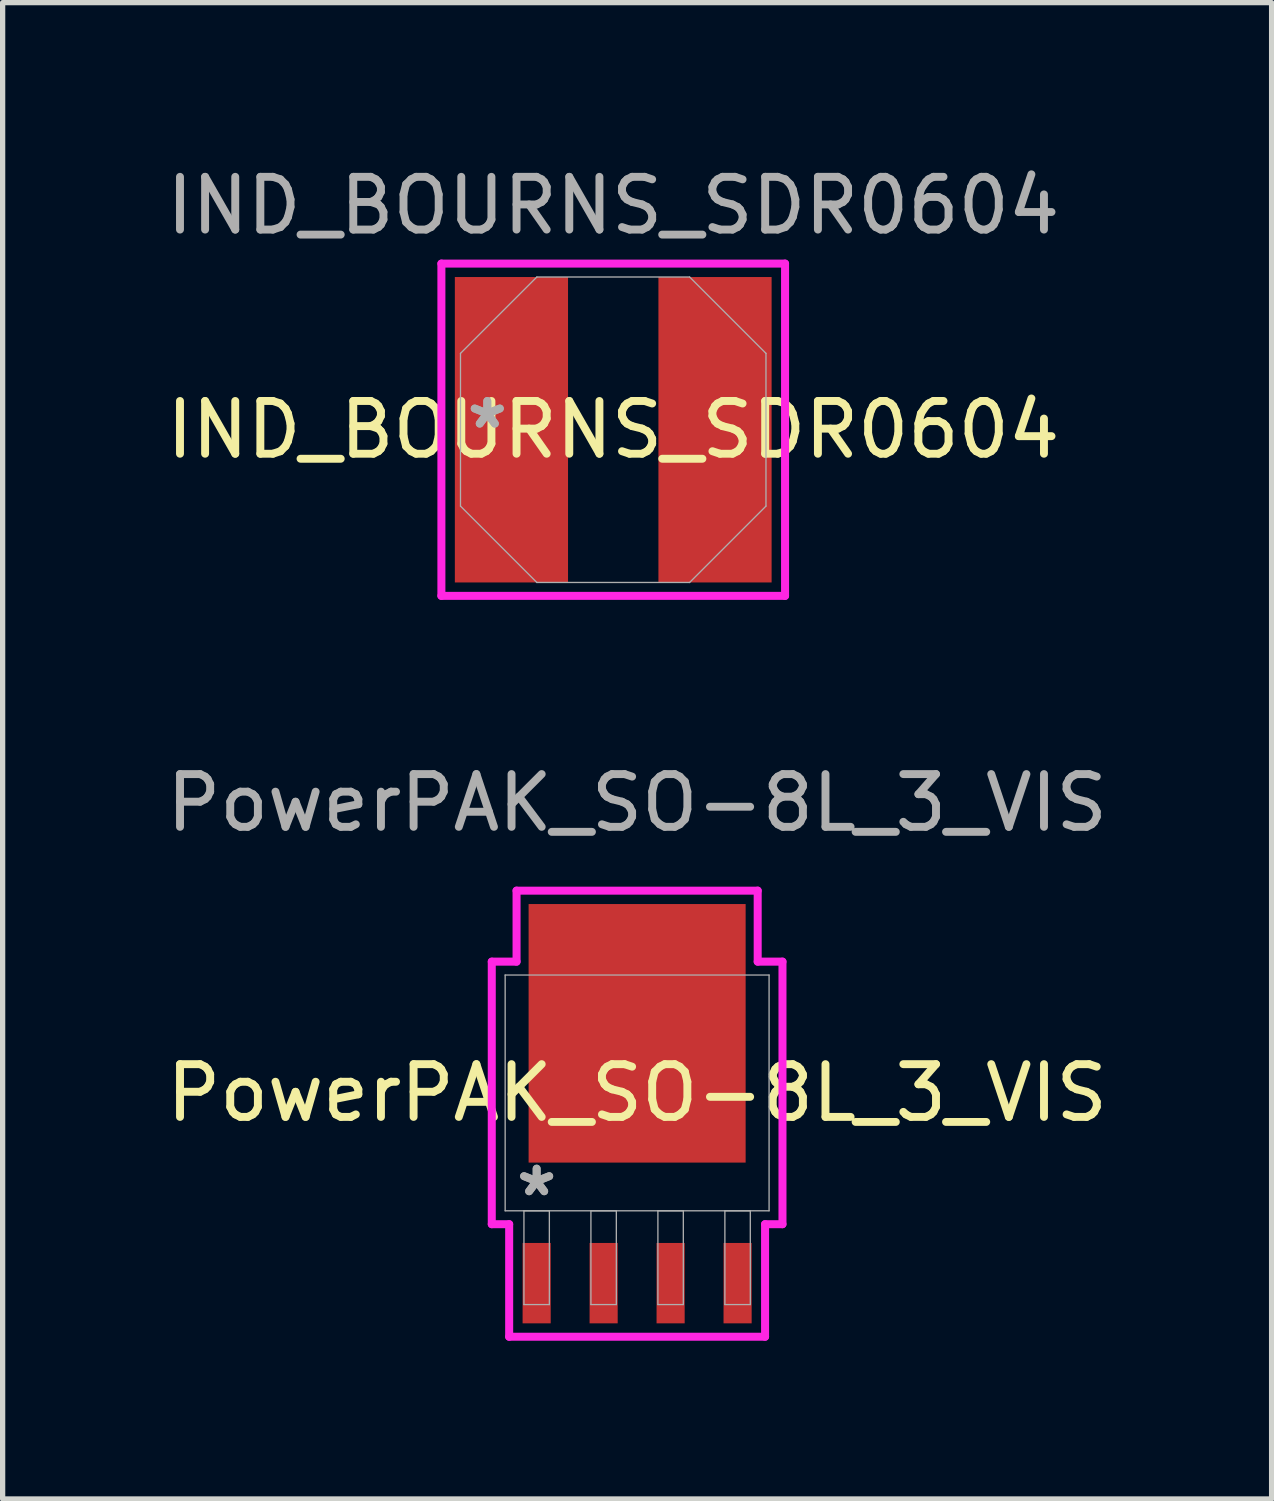
<source format=kicad_pcb>
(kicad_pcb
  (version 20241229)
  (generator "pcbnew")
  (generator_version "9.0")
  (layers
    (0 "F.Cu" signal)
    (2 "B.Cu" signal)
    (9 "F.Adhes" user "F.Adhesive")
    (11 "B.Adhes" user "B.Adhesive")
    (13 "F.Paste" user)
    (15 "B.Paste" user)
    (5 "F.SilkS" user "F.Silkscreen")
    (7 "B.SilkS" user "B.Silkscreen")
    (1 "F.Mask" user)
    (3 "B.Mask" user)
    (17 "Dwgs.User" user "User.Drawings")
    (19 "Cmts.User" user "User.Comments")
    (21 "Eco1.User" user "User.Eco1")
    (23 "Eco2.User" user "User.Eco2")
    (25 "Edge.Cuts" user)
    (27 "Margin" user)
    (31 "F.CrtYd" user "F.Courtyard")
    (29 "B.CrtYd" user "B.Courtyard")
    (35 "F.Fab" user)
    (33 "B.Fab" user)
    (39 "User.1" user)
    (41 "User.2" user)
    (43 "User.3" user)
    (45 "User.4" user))
  (footprint "IND_BOURNS_SDR0604"
    (layer "F.Cu")
    (at 8.577 5.098)
    (property "Reference" "IND_BOURNS_SDR0604" (at 0 0 0) (unlocked yes) (layer "F.SilkS") (effects (font (size 1 1) (thickness 0.15))))
    (attr smd)
    (fp_line (start -3.258 -3.15) (end 3.258 -3.15) (stroke (width 0.152) (type solid)) (layer "F.CrtYd"))
    (fp_line (start -3.258 3.15) (end -3.258 -3.15) (stroke (width 0.152) (type solid)) (layer "F.CrtYd"))
    (fp_line (start 3.258 -3.15) (end 3.258 3.15) (stroke (width 0.152) (type solid)) (layer "F.CrtYd"))
    (fp_line (start 3.258 3.15) (end -3.258 3.15) (stroke (width 0.152) (type solid)) (layer "F.CrtYd"))
    (fp_line (start -2.896 -1.448) (end -2.896 1.448) (stroke (width 0.025) (type solid)) (layer "F.Fab"))
    (fp_line (start -2.896 1.448) (end -1.448 2.896) (stroke (width 0.025) (type solid)) (layer "F.Fab"))
    (fp_line (start -1.448 -2.896) (end -2.896 -1.448) (stroke (width 0.025) (type solid)) (layer "F.Fab"))
    (fp_line (start -1.448 2.896) (end 1.448 2.896) (stroke (width 0.025) (type solid)) (layer "F.Fab"))
    (fp_line (start 1.448 -2.896) (end -1.448 -2.896) (stroke (width 0.025) (type solid)) (layer "F.Fab"))
    (fp_line (start 1.448 2.896) (end 2.896 1.448) (stroke (width 0.025) (type solid)) (layer "F.Fab"))
    (fp_line (start 2.896 -1.448) (end 1.448 -2.896) (stroke (width 0.025) (type solid)) (layer "F.Fab"))
    (fp_line (start 2.896 1.448) (end 2.896 -1.448) (stroke (width 0.025) (type solid)) (layer "F.Fab"))
    (fp_text user "*" (at -2.388 0 0) (layer "F.Fab") (effects (font (size 1 1) (thickness 0.15))))
    (fp_text user "*" (at -2.388 0 0) (unlocked yes) (layer "F.Fab") (effects (font (size 1 1) (thickness 0.15))))
    (fp_text user "${REFERENCE}" (at 0 -4.25 0) (unlocked yes) (layer "F.Fab") (effects (font (size 1 1) (thickness 0.15))))
    (pad "1" smd rect (at -1.93 0) (size 2.146 5.791) (layers "F.Cu" "F.Mask" "F.Paste"))
    (pad "2" smd rect (at 1.93 0) (size 2.146 5.791) (layers "F.Cu" "F.Mask" "F.Paste")))
  (footprint "PowerPAK_SO-8L_3_VIS"
    (layer "F.Cu")
    (at 9.03 17.672)
    (property "Reference" "PowerPAK_SO-8L_3_VIS" (at 0 0 0) (unlocked yes) (layer "F.SilkS") (effects (font (size 1 1) (thickness 0.15))))
    (attr smd)
    (fp_line (start -2.756 -2.489) (end -2.286 -2.489) (stroke (width 0.152) (type solid)) (layer "F.CrtYd"))
    (fp_line (start -2.756 2.489) (end -2.756 -2.489) (stroke (width 0.152) (type solid)) (layer "F.CrtYd"))
    (fp_line (start -2.426 2.489) (end -2.756 2.489) (stroke (width 0.152) (type solid)) (layer "F.CrtYd"))
    (fp_line (start -2.426 4.623) (end -2.426 2.489) (stroke (width 0.152) (type solid)) (layer "F.CrtYd"))
    (fp_line (start -2.286 -3.835) (end 2.286 -3.835) (stroke (width 0.152) (type solid)) (layer "F.CrtYd"))
    (fp_line (start -2.286 -2.489) (end -2.286 -3.835) (stroke (width 0.152) (type solid)) (layer "F.CrtYd"))
    (fp_line (start 2.286 -3.835) (end 2.286 -2.489) (stroke (width 0.152) (type solid)) (layer "F.CrtYd"))
    (fp_line (start 2.286 -2.489) (end 2.756 -2.489) (stroke (width 0.152) (type solid)) (layer "F.CrtYd"))
    (fp_line (start 2.426 2.489) (end 2.426 4.623) (stroke (width 0.152) (type solid)) (layer "F.CrtYd"))
    (fp_line (start 2.426 4.623) (end -2.426 4.623) (stroke (width 0.152) (type solid)) (layer "F.CrtYd"))
    (fp_line (start 2.756 -2.489) (end 2.756 2.489) (stroke (width 0.152) (type solid)) (layer "F.CrtYd"))
    (fp_line (start 2.756 2.489) (end 2.426 2.489) (stroke (width 0.152) (type solid)) (layer "F.CrtYd"))
    (fp_line (start -2.502 -2.235) (end -2.502 2.235) (stroke (width 0.025) (type solid)) (layer "F.Fab"))
    (fp_line (start -2.502 2.235) (end 2.502 2.235) (stroke (width 0.025) (type solid)) (layer "F.Fab"))
    (fp_line (start -2.146 2.235) (end -2.146 4.013) (stroke (width 0.025) (type solid)) (layer "F.Fab"))
    (fp_line (start -2.146 4.013) (end -1.664 4.013) (stroke (width 0.025) (type solid)) (layer "F.Fab"))
    (fp_line (start -1.664 2.235) (end -2.146 2.235) (stroke (width 0.025) (type solid)) (layer "F.Fab"))
    (fp_line (start -1.664 4.013) (end -1.664 2.235) (stroke (width 0.025) (type solid)) (layer "F.Fab"))
    (fp_line (start -0.876 2.235) (end -0.876 4.013) (stroke (width 0.025) (type solid)) (layer "F.Fab"))
    (fp_line (start -0.876 4.013) (end -0.394 4.013) (stroke (width 0.025) (type solid)) (layer "F.Fab"))
    (fp_line (start -0.394 2.235) (end -0.876 2.235) (stroke (width 0.025) (type solid)) (layer "F.Fab"))
    (fp_line (start -0.394 4.013) (end -0.394 2.235) (stroke (width 0.025) (type solid)) (layer "F.Fab"))
    (fp_line (start 0.394 2.235) (end 0.394 4.013) (stroke (width 0.025) (type solid)) (layer "F.Fab"))
    (fp_line (start 0.394 4.013) (end 0.876 4.013) (stroke (width 0.025) (type solid)) (layer "F.Fab"))
    (fp_line (start 0.876 2.235) (end 0.394 2.235) (stroke (width 0.025) (type solid)) (layer "F.Fab"))
    (fp_line (start 0.876 4.013) (end 0.876 2.235) (stroke (width 0.025) (type solid)) (layer "F.Fab"))
    (fp_line (start 1.664 2.235) (end 1.664 4.013) (stroke (width 0.025) (type solid)) (layer "F.Fab"))
    (fp_line (start 1.664 4.013) (end 2.146 4.013) (stroke (width 0.025) (type solid)) (layer "F.Fab"))
    (fp_line (start 2.146 2.235) (end 1.664 2.235) (stroke (width 0.025) (type solid)) (layer "F.Fab"))
    (fp_line (start 2.146 4.013) (end 2.146 2.235) (stroke (width 0.025) (type solid)) (layer "F.Fab"))
    (fp_line (start 2.502 -2.235) (end -2.502 -2.235) (stroke (width 0.025) (type solid)) (layer "F.Fab"))
    (fp_line (start 2.502 2.235) (end 2.502 -2.235) (stroke (width 0.025) (type solid)) (layer "F.Fab"))
    (fp_text user "${REFERENCE}" (at 0 -5.5 0) (unlocked yes) (layer "F.Fab") (effects (font (size 1 1) (thickness 0.15))))
    (fp_text user "*" (at -1.905 1.981 0) (unlocked yes) (layer "F.Fab") (effects (font (size 1 1) (thickness 0.15))))
    (fp_text user "*" (at -1.905 1.981 0) (layer "F.Fab") (effects (font (size 1 1) (thickness 0.15))))
    (pad "1" smd rect (at -1.905 3.607) (size 0.533 1.524) (layers "F.Cu" "F.Mask" "F.Paste"))
    (pad "2" smd rect (at -0.635 3.607) (size 0.533 1.524) (layers "F.Cu" "F.Mask" "F.Paste"))
    (pad "3" smd rect (at 0.635 3.607) (size 0.533 1.524) (layers "F.Cu" "F.Mask" "F.Paste"))
    (pad "4" smd rect (at 1.905 3.607) (size 0.533 1.524) (layers "F.Cu" "F.Mask" "F.Paste"))
    (pad "5" smd rect (at 0 -1.13) (size 4.115 4.902) (layers "F.Cu" "F.Mask" "F.Paste")))
  (gr_rect
    (start -3 -3)
    (end 21.06 25.371)
    (stroke (width 0.1) (type default))
    (fill no)
    (layer "Edge.Cuts")))
</source>
